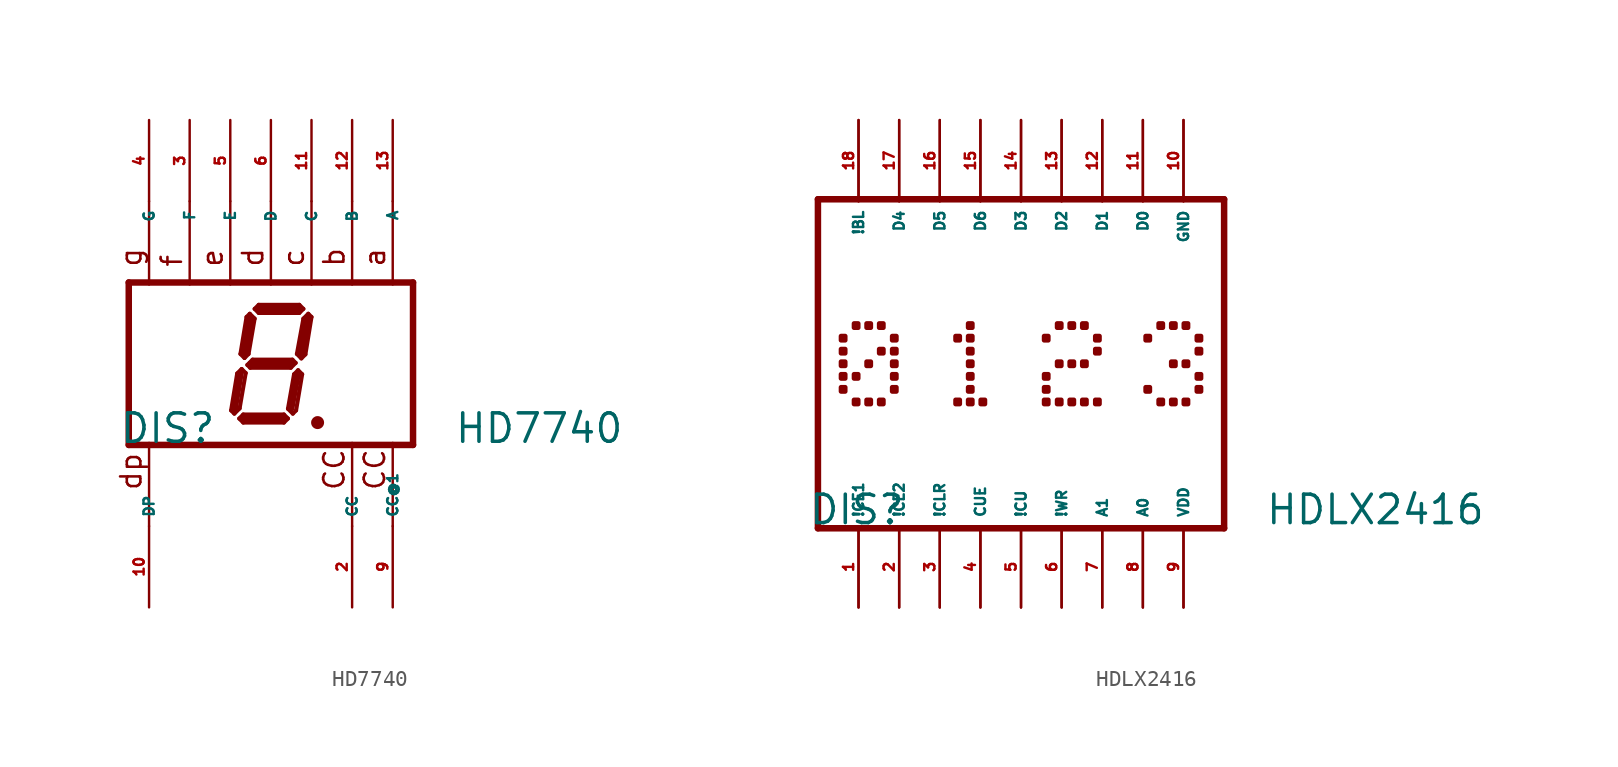
<source format=kicad_sym>
(kicad_symbol_lib
  (version 20220914)
  (generator Eagle2Kicad)
  (symbol "HD7740"
    (property "Reference" "DIS"
      (at -9.525 -5.08 0)
      (effects (font (size 1.778 1.778) (thickness 0.22)) (justify left bottom)))
    (property "Value" "HD7740"
      (at 11.43 -5.08 0)
      (effects (font (size 1.778 1.778) (thickness 0.22)) (justify left bottom)))
    (polyline
      (pts (xy 2.794 -3.683) (xy 3.048 -3.683))
      (stroke (width 0.305) (type default))
      (fill (type none)))
    (polyline
      (pts (xy 2.337 3.124) (xy 2.032 2.819))
      (stroke (width 0.254) (type default))
      (fill (type none)))
    (polyline
      (pts (xy 2.032 2.819) (xy 1.626 0.61))
      (stroke (width 0.254) (type default))
      (fill (type none)))
    (polyline
      (pts (xy 1.626 0.61) (xy 1.905 0.33))
      (stroke (width 0.254) (type default))
      (fill (type none)))
    (polyline
      (pts (xy 1.905 0.33) (xy 2.159 0.584))
      (stroke (width 0.254) (type default))
      (fill (type none)))
    (polyline
      (pts (xy 2.159 0.584) (xy 2.54 2.921))
      (stroke (width 0.254) (type default))
      (fill (type none)))
    (polyline
      (pts (xy 2.54 2.921) (xy 2.337 3.124))
      (stroke (width 0.254) (type default))
      (fill (type none)))
    (polyline
      (pts (xy 2.032 3.429) (xy 1.778 3.175))
      (stroke (width 0.254) (type default))
      (fill (type none)))
    (polyline
      (pts (xy 1.778 3.175) (xy -0.762 3.175))
      (stroke (width 0.254) (type default))
      (fill (type none)))
    (polyline
      (pts (xy -0.762 3.175) (xy -1.016 3.429))
      (stroke (width 0.254) (type default))
      (fill (type none)))
    (polyline
      (pts (xy -1.016 3.429) (xy -0.762 3.683))
      (stroke (width 0.254) (type default))
      (fill (type none)))
    (polyline
      (pts (xy -0.762 3.683) (xy 1.778 3.683))
      (stroke (width 0.254) (type default))
      (fill (type none)))
    (polyline
      (pts (xy 1.778 3.683) (xy 2.032 3.429))
      (stroke (width 0.254) (type default))
      (fill (type none)))
    (polyline
      (pts (xy -1.321 3.124) (xy -1.016 2.819))
      (stroke (width 0.254) (type default))
      (fill (type none)))
    (polyline
      (pts (xy -1.016 2.819) (xy -1.397 0.61))
      (stroke (width 0.254) (type default))
      (fill (type none)))
    (polyline
      (pts (xy -1.397 0.61) (xy -1.651 0.356))
      (stroke (width 0.254) (type default))
      (fill (type none)))
    (polyline
      (pts (xy -1.651 0.356) (xy -1.905 0.61))
      (stroke (width 0.254) (type default))
      (fill (type none)))
    (polyline
      (pts (xy -1.905 0.61) (xy -1.524 2.921))
      (stroke (width 0.254) (type default))
      (fill (type none)))
    (polyline
      (pts (xy -1.524 2.921) (xy -1.321 3.124))
      (stroke (width 0.254) (type default))
      (fill (type none)))
    (polyline
      (pts (xy -1.473 -0.076) (xy -1.143 0.254))
      (stroke (width 0.254) (type default))
      (fill (type none)))
    (polyline
      (pts (xy -1.143 0.254) (xy 1.346 0.254))
      (stroke (width 0.254) (type default))
      (fill (type none)))
    (polyline
      (pts (xy 1.346 0.254) (xy 1.549 0.051))
      (stroke (width 0.254) (type default))
      (fill (type none)))
    (polyline
      (pts (xy 1.549 0.051) (xy 1.245 -0.254))
      (stroke (width 0.254) (type default))
      (fill (type none)))
    (polyline
      (pts (xy 1.245 -0.254) (xy -1.295 -0.254))
      (stroke (width 0.254) (type default))
      (fill (type none)))
    (polyline
      (pts (xy -1.295 -0.254) (xy -1.473 -0.076))
      (stroke (width 0.254) (type default))
      (fill (type none)))
    (polyline
      (pts (xy -1.829 -0.33) (xy -1.575 -0.584))
      (stroke (width 0.254) (type default))
      (fill (type none)))
    (polyline
      (pts (xy -2.286 -3.124) (xy -1.956 -2.794))
      (stroke (width 0.254) (type default))
      (fill (type none)))
    (polyline
      (pts (xy -1.956 -2.794) (xy -1.575 -0.584))
      (stroke (width 0.254) (type default))
      (fill (type none)))
    (polyline
      (pts (xy -1.829 -0.33) (xy -2.108 -0.61))
      (stroke (width 0.254) (type default))
      (fill (type none)))
    (polyline
      (pts (xy -2.108 -0.61) (xy -2.489 -2.921))
      (stroke (width 0.254) (type default))
      (fill (type none)))
    (polyline
      (pts (xy -2.489 -2.921) (xy -2.286 -3.124))
      (stroke (width 0.254) (type default))
      (fill (type none)))
    (polyline
      (pts (xy -1.981 -3.429) (xy -1.727 -3.175))
      (stroke (width 0.254) (type default))
      (fill (type none)))
    (polyline
      (pts (xy -1.727 -3.175) (xy 0.813 -3.175))
      (stroke (width 0.254) (type default))
      (fill (type none)))
    (polyline
      (pts (xy 0.813 -3.175) (xy 1.067 -3.429))
      (stroke (width 0.254) (type default))
      (fill (type none)))
    (polyline
      (pts (xy 1.067 -3.429) (xy 0.813 -3.683))
      (stroke (width 0.254) (type default))
      (fill (type none)))
    (polyline
      (pts (xy 0.813 -3.683) (xy -1.727 -3.683))
      (stroke (width 0.254) (type default))
      (fill (type none)))
    (polyline
      (pts (xy -1.727 -3.683) (xy -1.981 -3.429))
      (stroke (width 0.254) (type default))
      (fill (type none)))
    (polyline
      (pts (xy 1.702 -0.406) (xy 1.448 -0.66))
      (stroke (width 0.254) (type default))
      (fill (type none)))
    (polyline
      (pts (xy 1.448 -0.66) (xy 1.067 -2.819))
      (stroke (width 0.254) (type default))
      (fill (type none)))
    (polyline
      (pts (xy 1.067 -2.819) (xy 1.372 -3.124))
      (stroke (width 0.254) (type default))
      (fill (type none)))
    (polyline
      (pts (xy 1.372 -3.124) (xy 1.575 -2.921))
      (stroke (width 0.254) (type default))
      (fill (type none)))
    (polyline
      (pts (xy 1.575 -2.921) (xy 1.956 -0.66))
      (stroke (width 0.254) (type default))
      (fill (type none)))
    (polyline
      (pts (xy 1.956 -0.66) (xy 1.702 -0.406))
      (stroke (width 0.254) (type default))
      (fill (type none)))
    (polyline
      (pts (xy 2.286 2.794) (xy 1.905 0.635))
      (stroke (width 0.406) (type default))
      (fill (type none)))
    (polyline
      (pts (xy 1.778 3.429) (xy -0.762 3.429))
      (stroke (width 0.406) (type default))
      (fill (type none)))
    (polyline
      (pts (xy -1.27 2.794) (xy -1.651 0.635))
      (stroke (width 0.406) (type default))
      (fill (type none)))
    (polyline
      (pts (xy -1.27 0) (xy 1.27 0))
      (stroke (width 0.406) (type default))
      (fill (type none)))
    (polyline
      (pts (xy 1.651 -0.762) (xy 1.27 -2.794))
      (stroke (width 0.406) (type default))
      (fill (type none)))
    (polyline
      (pts (xy 0.762 -3.429) (xy -1.651 -3.429))
      (stroke (width 0.406) (type default))
      (fill (type none)))
    (polyline
      (pts (xy -2.286 -2.921) (xy -1.905 -0.635))
      (stroke (width 0.406) (type default))
      (fill (type none)))
    (polyline
      (pts (xy -8.89 5.08) (xy 8.89 5.08))
      (stroke (width 0.406) (type default))
      (fill (type none)))
    (polyline
      (pts (xy 8.89 -5.08) (xy 8.89 5.08))
      (stroke (width 0.406) (type default))
      (fill (type none)))
    (polyline
      (pts (xy 8.89 -5.08) (xy -8.89 -5.08))
      (stroke (width 0.406) (type default))
      (fill (type none)))
    (polyline
      (pts (xy -8.89 5.08) (xy -8.89 -5.08))
      (stroke (width 0.406) (type default))
      (fill (type none)))
    (polyline
      (pts (xy 5.08 4.953) (xy 5.08 10.16))
      (stroke (width 0.152) (type default))
      (fill (type none)))
    (polyline
      (pts (xy -7.62 4.953) (xy -7.62 10.16))
      (stroke (width 0.152) (type default))
      (fill (type none)))
    (polyline
      (pts (xy 0 4.953) (xy 0 10.16))
      (stroke (width 0.152) (type default))
      (fill (type none)))
    (polyline
      (pts (xy -5.08 4.953) (xy -5.08 10.16))
      (stroke (width 0.152) (type default))
      (fill (type none)))
    (polyline
      (pts (xy 7.62 4.953) (xy 7.62 10.16))
      (stroke (width 0.152) (type default))
      (fill (type none)))
    (polyline
      (pts (xy 7.62 -10.16) (xy 7.62 -4.953))
      (stroke (width 0.152) (type default))
      (fill (type none)))
    (polyline
      (pts (xy -2.54 4.953) (xy -2.54 10.16))
      (stroke (width 0.152) (type default))
      (fill (type none)))
    (polyline
      (pts (xy 2.54 4.953) (xy 2.54 10.16))
      (stroke (width 0.152) (type default))
      (fill (type none)))
    (polyline
      (pts (xy -7.62 -10.16) (xy -7.62 -4.953))
      (stroke (width 0.152) (type default))
      (fill (type none)))
    (polyline
      (pts (xy 5.08 -10.16) (xy 5.08 -4.953))
      (stroke (width 0.152) (type default))
      (fill (type none)))
    (text "CC"
      (at 4.699 -8.001 900)
      (effects (font (size 1.27 1.27) (thickness 0.16)) (justify left bottom)))
    (text "CC"
      (at 7.239 -8.001 900)
      (effects (font (size 1.27 1.27) (thickness 0.16)) (justify left bottom)))
    (text "dp"
      (at -8.001 -8.001 900)
      (effects (font (size 1.27 1.27) (thickness 0.16)) (justify left bottom)))
    (text "a"
      (at 7.239 5.969 900)
      (effects (font (size 1.27 1.27) (thickness 0.16)) (justify left bottom)))
    (text "b"
      (at 4.699 5.969 900)
      (effects (font (size 1.27 1.27) (thickness 0.16)) (justify left bottom)))
    (text "c"
      (at 2.159 5.969 900)
      (effects (font (size 1.27 1.27) (thickness 0.16)) (justify left bottom)))
    (text "d"
      (at -0.381 5.969 900)
      (effects (font (size 1.27 1.27) (thickness 0.16)) (justify left bottom)))
    (text "e"
      (at -2.921 5.969 900)
      (effects (font (size 1.27 1.27) (thickness 0.16)) (justify left bottom)))
    (text "f"
      (at -5.461 5.969 900)
      (effects (font (size 1.27 1.27) (thickness 0.16)) (justify left bottom)))
    (text "g"
      (at -8.001 5.969 900)
      (effects (font (size 1.27 1.27) (thickness 0.16)) (justify left bottom)))
    (circle
      (center 2.921 -3.683)
      (radius 0.254)
      (stroke (width 0.305) (type default))
      (fill (type none)))
    (pin passive line
      (at -7.62 15.24 270)
      (length 5.08)
      (name "G" (effects (font (size 0.635 0.635) (thickness 0.08)) (justify left bottom)))
      (number "4" (effects (font (size 0.635 0.635) (thickness 0.08)) (justify left bottom))))
    (pin passive line
      (at -5.08 15.24 270)
      (length 5.08)
      (name "F" (effects (font (size 0.635 0.635) (thickness 0.08)) (justify left bottom)))
      (number "3" (effects (font (size 0.635 0.635) (thickness 0.08)) (justify left bottom))))
    (pin passive line
      (at 0 15.24 270)
      (length 5.08)
      (name "D" (effects (font (size 0.635 0.635) (thickness 0.08)) (justify left bottom)))
      (number "6" (effects (font (size 0.635 0.635) (thickness 0.08)) (justify left bottom))))
    (pin passive line
      (at 5.08 15.24 270)
      (length 5.08)
      (name "B" (effects (font (size 0.635 0.635) (thickness 0.08)) (justify left bottom)))
      (number "12" (effects (font (size 0.635 0.635) (thickness 0.08)) (justify left bottom))))
    (pin passive line
      (at 7.62 15.24 270)
      (length 5.08)
      (name "A" (effects (font (size 0.635 0.635) (thickness 0.08)) (justify left bottom)))
      (number "13" (effects (font (size 0.635 0.635) (thickness 0.08)) (justify left bottom))))
    (pin passive line
      (at 7.62 -15.24 90)
      (length 5.08)
      (name "CC@1" (effects (font (size 0.635 0.635) (thickness 0.08)) (justify left bottom)))
      (number "9" (effects (font (size 0.635 0.635) (thickness 0.08)) (justify left bottom))))
    (pin passive line
      (at 2.54 15.24 270)
      (length 5.08)
      (name "C" (effects (font (size 0.635 0.635) (thickness 0.08)) (justify left bottom)))
      (number "11" (effects (font (size 0.635 0.635) (thickness 0.08)) (justify left bottom))))
    (pin passive line
      (at -2.54 15.24 270)
      (length 5.08)
      (name "E" (effects (font (size 0.635 0.635) (thickness 0.08)) (justify left bottom)))
      (number "5" (effects (font (size 0.635 0.635) (thickness 0.08)) (justify left bottom))))
    (pin passive line
      (at -7.62 -15.24 90)
      (length 5.08)
      (name "DP" (effects (font (size 0.635 0.635) (thickness 0.08)) (justify left bottom)))
      (number "10" (effects (font (size 0.635 0.635) (thickness 0.08)) (justify left bottom))))
    (pin passive line
      (at 5.08 -15.24 90)
      (length 5.08)
      (name "CC" (effects (font (size 0.635 0.635) (thickness 0.08)) (justify left bottom)))
      (number "2" (effects (font (size 0.635 0.635) (thickness 0.08)) (justify left bottom)))))
  (symbol "HDLX2416"
    (property "Reference" "DIS"
      (at -13.335 -10.16 0)
      (effects (font (size 1.778 1.778) (thickness 0.22)) (justify left bottom)))
    (property "Value" "HDLX2416"
      (at 15.24 -10.16 0)
      (effects (font (size 1.778 1.778) (thickness 0.22)) (justify left bottom)))
    (polyline
      (pts (xy -12.7 -10.287) (xy 12.7 -10.287))
      (stroke (width 0.406) (type default))
      (fill (type none)))
    (polyline
      (pts (xy -12.7 -10.287) (xy -12.7 10.287))
      (stroke (width 0.406) (type default))
      (fill (type none)))
    (polyline
      (pts (xy -10.16 -15.24) (xy -10.16 -10.16))
      (stroke (width 0.152) (type default))
      (fill (type none)))
    (polyline
      (pts (xy -7.62 -15.24) (xy -7.62 -10.16))
      (stroke (width 0.152) (type default))
      (fill (type none)))
    (polyline
      (pts (xy -5.08 -15.24) (xy -5.08 -10.16))
      (stroke (width 0.152) (type default))
      (fill (type none)))
    (polyline
      (pts (xy -2.54 -15.24) (xy -2.54 -10.16))
      (stroke (width 0.152) (type default))
      (fill (type none)))
    (polyline
      (pts (xy 0 -15.24) (xy 0 -10.16))
      (stroke (width 0.152) (type default))
      (fill (type none)))
    (polyline
      (pts (xy 2.54 -15.24) (xy 2.54 -10.16))
      (stroke (width 0.152) (type default))
      (fill (type none)))
    (polyline
      (pts (xy 5.08 -15.24) (xy 5.08 -10.16))
      (stroke (width 0.152) (type default))
      (fill (type none)))
    (polyline
      (pts (xy 7.62 -15.24) (xy 7.62 -10.16))
      (stroke (width 0.152) (type default))
      (fill (type none)))
    (polyline
      (pts (xy -12.7 10.287) (xy 12.7 10.287))
      (stroke (width 0.406) (type default))
      (fill (type none)))
    (polyline
      (pts (xy 0 15.24) (xy 0 10.16))
      (stroke (width 0.152) (type default))
      (fill (type none)))
    (polyline
      (pts (xy -2.54 15.24) (xy -2.54 10.16))
      (stroke (width 0.152) (type default))
      (fill (type none)))
    (polyline
      (pts (xy -5.08 15.24) (xy -5.08 10.16))
      (stroke (width 0.152) (type default))
      (fill (type none)))
    (polyline
      (pts (xy -7.62 15.24) (xy -7.62 10.16))
      (stroke (width 0.152) (type default))
      (fill (type none)))
    (polyline
      (pts (xy -10.16 15.24) (xy -10.16 10.16))
      (stroke (width 0.152) (type default))
      (fill (type none)))
    (polyline
      (pts (xy 12.7 -10.287) (xy 12.7 10.287))
      (stroke (width 0.406) (type default))
      (fill (type none)))
    (polyline
      (pts (xy 2.54 15.24) (xy 2.54 10.16))
      (stroke (width 0.152) (type default))
      (fill (type none)))
    (polyline
      (pts (xy 5.08 15.24) (xy 5.08 10.16))
      (stroke (width 0.152) (type default))
      (fill (type none)))
    (polyline
      (pts (xy 7.62 15.24) (xy 7.62 10.16))
      (stroke (width 0.152) (type default))
      (fill (type none)))
    (polyline
      (pts (xy 10.16 15.24) (xy 10.16 10.16))
      (stroke (width 0.152) (type default))
      (fill (type none)))
    (polyline
      (pts (xy 10.16 -15.24) (xy 10.16 -10.16))
      (stroke (width 0.152) (type default))
      (fill (type none)))
    (rectangle
      (start -3.302 -0.127)
      (end -3.048 0.127)
      (stroke (width 0.3) (type default))
      (fill (type outline)))
    (rectangle
      (start -3.302 0.66)
      (end -3.048 0.914)
      (stroke (width 0.3) (type default))
      (fill (type outline)))
    (rectangle
      (start -3.302 1.473)
      (end -3.048 1.727)
      (stroke (width 0.3) (type default))
      (fill (type outline)))
    (rectangle
      (start -3.302 2.261)
      (end -3.048 2.515)
      (stroke (width 0.3) (type default))
      (fill (type outline)))
    (rectangle
      (start -3.302 -0.914)
      (end -3.048 -0.66)
      (stroke (width 0.3) (type default))
      (fill (type outline)))
    (rectangle
      (start -3.302 -1.727)
      (end -3.048 -1.473)
      (stroke (width 0.3) (type default))
      (fill (type outline)))
    (rectangle
      (start -3.302 -2.515)
      (end -3.048 -2.261)
      (stroke (width 0.3) (type default))
      (fill (type outline)))
    (rectangle
      (start -4.089 1.473)
      (end -3.835 1.727)
      (stroke (width 0.3) (type default))
      (fill (type outline)))
    (rectangle
      (start -2.515 -2.515)
      (end -2.261 -2.261)
      (stroke (width 0.3) (type default))
      (fill (type outline)))
    (rectangle
      (start -4.089 -2.515)
      (end -3.835 -2.261)
      (stroke (width 0.3) (type default))
      (fill (type outline)))
    (rectangle
      (start 3.048 -0.127)
      (end 3.302 0.127)
      (stroke (width 0.3) (type default))
      (fill (type outline)))
    (rectangle
      (start 3.835 -0.127)
      (end 4.089 0.127)
      (stroke (width 0.3) (type default))
      (fill (type outline)))
    (rectangle
      (start 2.261 -0.127)
      (end 2.515 0.127)
      (stroke (width 0.3) (type default))
      (fill (type outline)))
    (rectangle
      (start 3.048 2.261)
      (end 3.302 2.515)
      (stroke (width 0.3) (type default))
      (fill (type outline)))
    (rectangle
      (start 3.048 -2.515)
      (end 3.302 -2.261)
      (stroke (width 0.3) (type default))
      (fill (type outline)))
    (rectangle
      (start 1.448 1.473)
      (end 1.702 1.727)
      (stroke (width 0.3) (type default))
      (fill (type outline)))
    (rectangle
      (start 2.261 2.261)
      (end 2.515 2.515)
      (stroke (width 0.3) (type default))
      (fill (type outline)))
    (rectangle
      (start 4.648 0.66)
      (end 4.902 0.914)
      (stroke (width 0.3) (type default))
      (fill (type outline)))
    (rectangle
      (start 4.648 1.473)
      (end 4.902 1.727)
      (stroke (width 0.3) (type default))
      (fill (type outline)))
    (rectangle
      (start 3.835 2.261)
      (end 4.089 2.515)
      (stroke (width 0.3) (type default))
      (fill (type outline)))
    (rectangle
      (start 3.835 -2.515)
      (end 4.089 -2.261)
      (stroke (width 0.3) (type default))
      (fill (type outline)))
    (rectangle
      (start 4.648 -2.515)
      (end 4.902 -2.261)
      (stroke (width 0.3) (type default))
      (fill (type outline)))
    (rectangle
      (start 1.448 -1.727)
      (end 1.702 -1.473)
      (stroke (width 0.3) (type default))
      (fill (type outline)))
    (rectangle
      (start 1.448 -0.914)
      (end 1.702 -0.66)
      (stroke (width 0.3) (type default))
      (fill (type outline)))
    (rectangle
      (start 2.261 -2.515)
      (end 2.515 -2.261)
      (stroke (width 0.3) (type default))
      (fill (type outline)))
    (rectangle
      (start 1.448 -2.515)
      (end 1.702 -2.261)
      (stroke (width 0.3) (type default))
      (fill (type outline)))
    (rectangle
      (start 9.398 -0.127)
      (end 9.652 0.127)
      (stroke (width 0.3) (type default))
      (fill (type outline)))
    (rectangle
      (start 10.185 -0.127)
      (end 10.439 0.127)
      (stroke (width 0.3) (type default))
      (fill (type outline)))
    (rectangle
      (start 9.398 2.261)
      (end 9.652 2.515)
      (stroke (width 0.3) (type default))
      (fill (type outline)))
    (rectangle
      (start 9.398 -2.515)
      (end 9.652 -2.261)
      (stroke (width 0.3) (type default))
      (fill (type outline)))
    (rectangle
      (start 7.798 1.473)
      (end 8.052 1.727)
      (stroke (width 0.3) (type default))
      (fill (type outline)))
    (rectangle
      (start 8.611 2.261)
      (end 8.865 2.515)
      (stroke (width 0.3) (type default))
      (fill (type outline)))
    (rectangle
      (start 10.998 0.66)
      (end 11.252 0.914)
      (stroke (width 0.3) (type default))
      (fill (type outline)))
    (rectangle
      (start 10.998 1.473)
      (end 11.252 1.727)
      (stroke (width 0.3) (type default))
      (fill (type outline)))
    (rectangle
      (start 10.185 2.261)
      (end 10.439 2.515)
      (stroke (width 0.3) (type default))
      (fill (type outline)))
    (rectangle
      (start 10.998 -0.914)
      (end 11.252 -0.66)
      (stroke (width 0.3) (type default))
      (fill (type outline)))
    (rectangle
      (start 10.998 -1.727)
      (end 11.252 -1.473)
      (stroke (width 0.3) (type default))
      (fill (type outline)))
    (rectangle
      (start 10.185 -2.515)
      (end 10.439 -2.261)
      (stroke (width 0.3) (type default))
      (fill (type outline)))
    (rectangle
      (start 7.798 -1.727)
      (end 8.052 -1.473)
      (stroke (width 0.3) (type default))
      (fill (type outline)))
    (rectangle
      (start 8.611 -2.515)
      (end 8.865 -2.261)
      (stroke (width 0.3) (type default))
      (fill (type outline)))
    (rectangle
      (start -9.652 -0.127)
      (end -9.398 0.127)
      (stroke (width 0.3) (type default))
      (fill (type outline)))
    (rectangle
      (start -8.052 -0.127)
      (end -7.798 0.127)
      (stroke (width 0.3) (type default))
      (fill (type outline)))
    (rectangle
      (start -11.252 -0.127)
      (end -10.998 0.127)
      (stroke (width 0.3) (type default))
      (fill (type outline)))
    (rectangle
      (start -9.652 2.261)
      (end -9.398 2.515)
      (stroke (width 0.3) (type default))
      (fill (type outline)))
    (rectangle
      (start -9.652 -2.515)
      (end -9.398 -2.261)
      (stroke (width 0.3) (type default))
      (fill (type outline)))
    (rectangle
      (start -11.252 0.66)
      (end -10.998 0.914)
      (stroke (width 0.3) (type default))
      (fill (type outline)))
    (rectangle
      (start -11.252 1.473)
      (end -10.998 1.727)
      (stroke (width 0.3) (type default))
      (fill (type outline)))
    (rectangle
      (start -10.439 2.261)
      (end -10.185 2.515)
      (stroke (width 0.3) (type default))
      (fill (type outline)))
    (rectangle
      (start -8.865 0.66)
      (end -8.611 0.914)
      (stroke (width 0.3) (type default))
      (fill (type outline)))
    (rectangle
      (start -8.052 0.66)
      (end -7.798 0.914)
      (stroke (width 0.3) (type default))
      (fill (type outline)))
    (rectangle
      (start -8.052 1.473)
      (end -7.798 1.727)
      (stroke (width 0.3) (type default))
      (fill (type outline)))
    (rectangle
      (start -8.865 2.261)
      (end -8.611 2.515)
      (stroke (width 0.3) (type default))
      (fill (type outline)))
    (rectangle
      (start -10.439 -0.914)
      (end -10.185 -0.66)
      (stroke (width 0.3) (type default))
      (fill (type outline)))
    (rectangle
      (start -8.052 -0.914)
      (end -7.798 -0.66)
      (stroke (width 0.3) (type default))
      (fill (type outline)))
    (rectangle
      (start -8.052 -1.727)
      (end -7.798 -1.473)
      (stroke (width 0.3) (type default))
      (fill (type outline)))
    (rectangle
      (start -8.865 -2.515)
      (end -8.611 -2.261)
      (stroke (width 0.3) (type default))
      (fill (type outline)))
    (rectangle
      (start -11.252 -1.727)
      (end -10.998 -1.473)
      (stroke (width 0.3) (type default))
      (fill (type outline)))
    (rectangle
      (start -11.252 -0.914)
      (end -10.998 -0.66)
      (stroke (width 0.3) (type default))
      (fill (type outline)))
    (rectangle
      (start -10.439 -2.515)
      (end -10.185 -2.261)
      (stroke (width 0.3) (type default))
      (fill (type outline)))
    (pin input line
      (at -10.16 -15.24 90)
      (length 5.08)
      (name "!CE1" (effects (font (size 0.635 0.635) (thickness 0.08)) (justify left bottom)))
      (number "1" (effects (font (size 0.635 0.635) (thickness 0.08)) (justify left bottom))))
    (pin input line
      (at -7.62 -15.24 90)
      (length 5.08)
      (name "!CE2" (effects (font (size 0.635 0.635) (thickness 0.08)) (justify left bottom)))
      (number "2" (effects (font (size 0.635 0.635) (thickness 0.08)) (justify left bottom))))
    (pin input line
      (at -5.08 -15.24 90)
      (length 5.08)
      (name "!CLR" (effects (font (size 0.635 0.635) (thickness 0.08)) (justify left bottom)))
      (number "3" (effects (font (size 0.635 0.635) (thickness 0.08)) (justify left bottom))))
    (pin input line
      (at -2.54 -15.24 90)
      (length 5.08)
      (name "CUE" (effects (font (size 0.635 0.635) (thickness 0.08)) (justify left bottom)))
      (number "4" (effects (font (size 0.635 0.635) (thickness 0.08)) (justify left bottom))))
    (pin input line
      (at 0 -15.24 90)
      (length 5.08)
      (name "!CU" (effects (font (size 0.635 0.635) (thickness 0.08)) (justify left bottom)))
      (number "5" (effects (font (size 0.635 0.635) (thickness 0.08)) (justify left bottom))))
    (pin input line
      (at 2.54 -15.24 90)
      (length 5.08)
      (name "!WR" (effects (font (size 0.635 0.635) (thickness 0.08)) (justify left bottom)))
      (number "6" (effects (font (size 0.635 0.635) (thickness 0.08)) (justify left bottom))))
    (pin input line
      (at 5.08 -15.24 90)
      (length 5.08)
      (name "A1" (effects (font (size 0.635 0.635) (thickness 0.08)) (justify left bottom)))
      (number "7" (effects (font (size 0.635 0.635) (thickness 0.08)) (justify left bottom))))
    (pin input line
      (at 7.62 -15.24 90)
      (length 5.08)
      (name "A0" (effects (font (size 0.635 0.635) (thickness 0.08)) (justify left bottom)))
      (number "8" (effects (font (size 0.635 0.635) (thickness 0.08)) (justify left bottom))))
    (pin input line
      (at 2.54 15.24 270)
      (length 5.08)
      (name "D2" (effects (font (size 0.635 0.635) (thickness 0.08)) (justify left bottom)))
      (number "13" (effects (font (size 0.635 0.635) (thickness 0.08)) (justify left bottom))))
    (pin input line
      (at 5.08 15.24 270)
      (length 5.08)
      (name "D1" (effects (font (size 0.635 0.635) (thickness 0.08)) (justify left bottom)))
      (number "12" (effects (font (size 0.635 0.635) (thickness 0.08)) (justify left bottom))))
    (pin input line
      (at 7.62 15.24 270)
      (length 5.08)
      (name "D0" (effects (font (size 0.635 0.635) (thickness 0.08)) (justify left bottom)))
      (number "11" (effects (font (size 0.635 0.635) (thickness 0.08)) (justify left bottom))))
    (pin unspecified line
      (at 10.16 -15.24 90)
      (length 5.08)
      (name "VDD" (effects (font (size 0.635 0.635) (thickness 0.08)) (justify left bottom)))
      (number "9" (effects (font (size 0.635 0.635) (thickness 0.08)) (justify left bottom))))
    (pin unspecified line
      (at 10.16 15.24 270)
      (length 5.08)
      (name "GND" (effects (font (size 0.635 0.635) (thickness 0.08)) (justify left bottom)))
      (number "10" (effects (font (size 0.635 0.635) (thickness 0.08)) (justify left bottom))))
    (pin input line
      (at -10.16 15.24 270)
      (length 5.08)
      (name "!BL" (effects (font (size 0.635 0.635) (thickness 0.08)) (justify left bottom)))
      (number "18" (effects (font (size 0.635 0.635) (thickness 0.08)) (justify left bottom))))
    (pin input line
      (at -7.62 15.24 270)
      (length 5.08)
      (name "D4" (effects (font (size 0.635 0.635) (thickness 0.08)) (justify left bottom)))
      (number "17" (effects (font (size 0.635 0.635) (thickness 0.08)) (justify left bottom))))
    (pin input line
      (at -5.08 15.24 270)
      (length 5.08)
      (name "D5" (effects (font (size 0.635 0.635) (thickness 0.08)) (justify left bottom)))
      (number "16" (effects (font (size 0.635 0.635) (thickness 0.08)) (justify left bottom))))
    (pin input line
      (at -2.54 15.24 270)
      (length 5.08)
      (name "D6" (effects (font (size 0.635 0.635) (thickness 0.08)) (justify left bottom)))
      (number "15" (effects (font (size 0.635 0.635) (thickness 0.08)) (justify left bottom))))
    (pin input line
      (at 0 15.24 270)
      (length 5.08)
      (name "D3" (effects (font (size 0.635 0.635) (thickness 0.08)) (justify left bottom)))
      (number "14" (effects (font (size 0.635 0.635) (thickness 0.08)) (justify left bottom))))))
</source>
